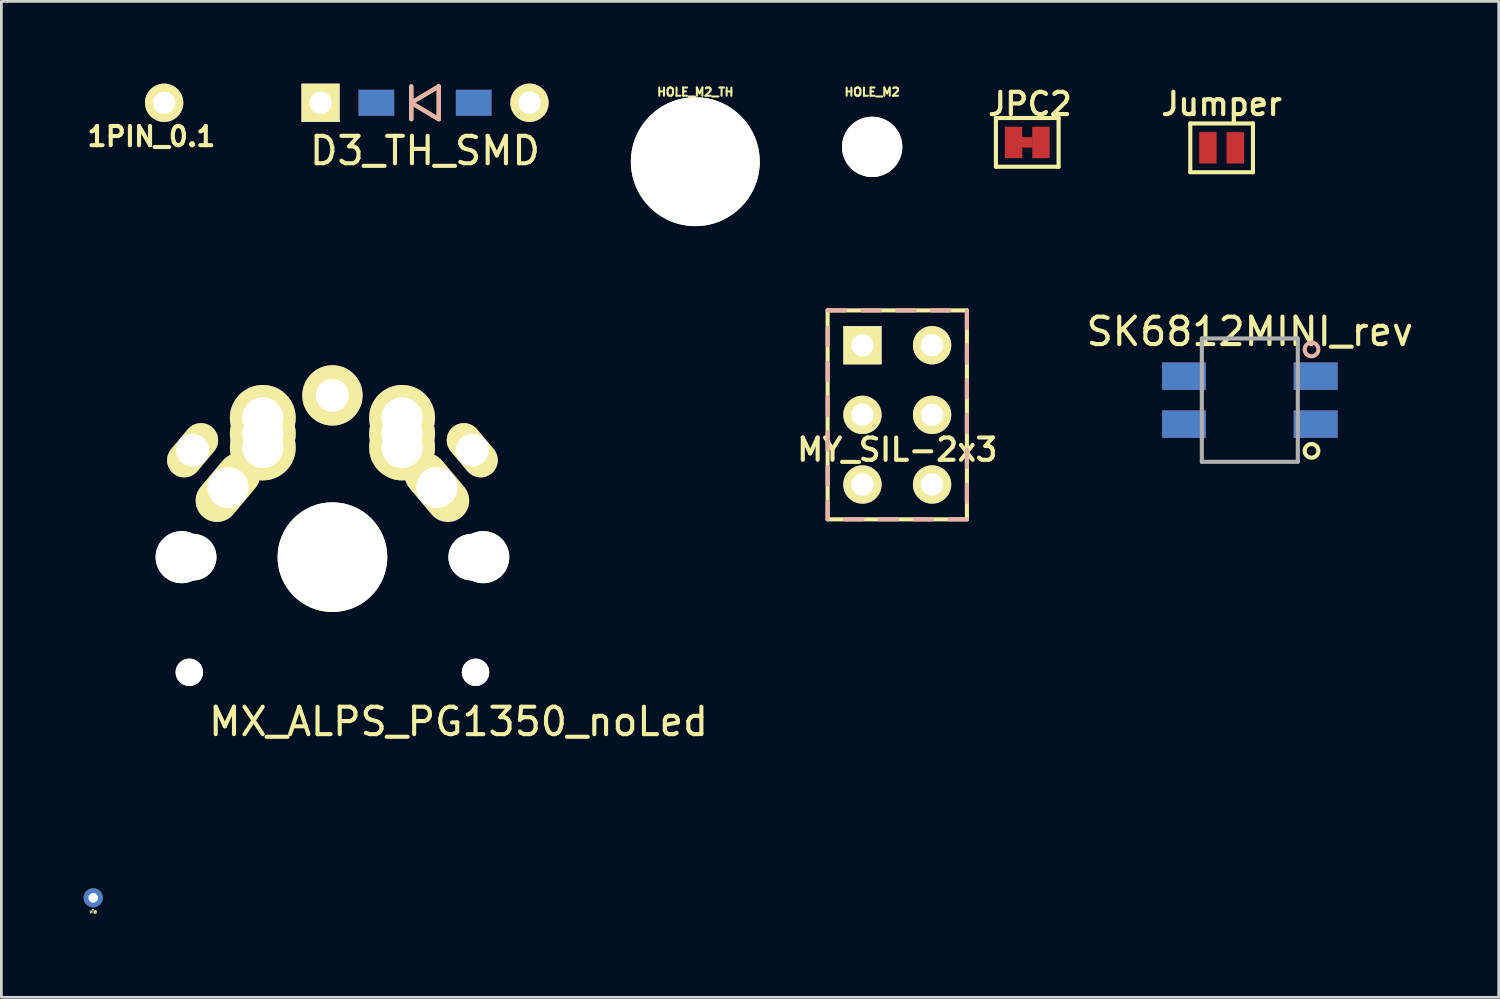
<source format=kicad_pcb>
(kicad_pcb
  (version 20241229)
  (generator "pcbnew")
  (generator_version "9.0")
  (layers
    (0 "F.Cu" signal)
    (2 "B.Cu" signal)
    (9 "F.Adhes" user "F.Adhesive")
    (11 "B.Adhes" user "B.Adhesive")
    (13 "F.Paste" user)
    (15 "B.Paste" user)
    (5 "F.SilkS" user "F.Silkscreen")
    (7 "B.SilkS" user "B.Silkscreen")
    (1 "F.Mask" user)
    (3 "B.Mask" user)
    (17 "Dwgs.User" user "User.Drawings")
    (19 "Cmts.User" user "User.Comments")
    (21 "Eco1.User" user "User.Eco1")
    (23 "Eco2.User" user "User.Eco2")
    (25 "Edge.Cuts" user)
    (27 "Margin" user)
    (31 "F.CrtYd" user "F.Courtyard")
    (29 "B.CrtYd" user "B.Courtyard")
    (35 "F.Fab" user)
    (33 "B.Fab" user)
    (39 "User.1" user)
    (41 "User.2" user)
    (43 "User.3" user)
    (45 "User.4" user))
  (footprint "HOLE_M2"
    (layer "F.Cu")
    (at 28.761 2.307)
    (property "Reference" "HOLE_M2" (at 0 -2 0) (layer "F.SilkS") (effects (font (size 0.3 0.3) (thickness 0.075))))
    (attr through_hole)
    (pad "" np_thru_hole circle (at 0 0) (size 2.2 2.2) (drill 2.2) (layers "*.Cu" "*.Mask" "F.SilkS")))
  (footprint "1PIN_0.1"
    (layer "F.Cu")
    (at 2.937 0.699)
    (property "Reference" "1PIN_0.1" (at -0.465 1.23 0) (layer "F.SilkS") (effects (font (size 0.7 0.7) (thickness 0.15))))
    (attr through_hole)
    (pad "1" thru_hole circle (at 0 0) (size 1.397 1.397) (drill 0.813) (layers "*.Cu" "*.Mask" "F.SilkS")))
  (footprint "D3_TH_SMD"
    (layer "F.Cu")
    (at 12.452 0.699)
    (property "Reference" "D3_TH_SMD" (at 0 1.75 0) (layer "F.SilkS") (effects (font (size 1 1) (thickness 0.15))))
    (attr through_hole)
    (fp_line (start -0.5 -0.6) (end -0.5 0.6) (stroke (width 0.15) (type solid)) (layer "F.SilkS"))
    (fp_line (start -0.5 0) (end 0.5 -0.6) (stroke (width 0.15) (type solid)) (layer "F.SilkS"))
    (fp_line (start 0.5 -0.6) (end 0.5 0.6) (stroke (width 0.15) (type solid)) (layer "F.SilkS"))
    (fp_line (start 0.5 0.6) (end -0.5 0) (stroke (width 0.15) (type solid)) (layer "F.SilkS"))
    (fp_line (start -0.5 -0.6) (end -0.5 0.6) (stroke (width 0.15) (type solid)) (layer "B.SilkS"))
    (fp_line (start -0.5 0) (end 0.5 -0.6) (stroke (width 0.15) (type solid)) (layer "B.SilkS"))
    (fp_line (start 0.5 -0.6) (end 0.5 0.6) (stroke (width 0.15) (type solid)) (layer "B.SilkS"))
    (fp_line (start 0.5 0.6) (end -0.5 0) (stroke (width 0.15) (type solid)) (layer "B.SilkS"))
    (pad "1" thru_hole rect (at -3.81 0) (size 1.397 1.397) (drill 0.813) (layers "*.Cu" "*.Mask" "F.SilkS"))
    (pad "1" smd rect (at -1.775 0) (size 1.3 0.95) (layers "F.Cu" "F.Mask" "F.Paste"))
    (pad "1" smd rect (at -1.775 0) (size 1.3 0.95) (layers "B.Cu" "B.Mask" "B.Paste"))
    (pad "2" smd rect (at 1.775 0) (size 1.3 0.95) (layers "F.Cu" "F.Mask" "F.Paste"))
    (pad "2" smd rect (at 1.775 0) (size 1.3 0.95) (layers "B.Cu" "B.Mask" "B.Paste"))
    (pad "2" thru_hole circle (at 3.81 0) (size 1.397 1.397) (drill 0.813) (layers "*.Cu" "*.Mask" "F.SilkS")))
  (footprint "JPC2"
    (layer "F.Cu")
    (at 34.418 2.143)
    (property "Reference" "JPC2" (at 0.1 -1.4 0) (layer "F.SilkS") (effects (font (size 0.813 0.813) (thickness 0.152))))
    (attr smd)
    (fp_line (start -1.143 -0.889) (end 1.143 -0.889) (stroke (width 0.15) (type solid)) (layer "F.SilkS"))
    (fp_line (start -1.143 0.889) (end -1.143 -0.889) (stroke (width 0.15) (type solid)) (layer "F.SilkS"))
    (fp_line (start 1.143 -0.889) (end 1.143 0.889) (stroke (width 0.15) (type solid)) (layer "F.SilkS"))
    (fp_line (start 1.143 0.889) (end -1.143 0.889) (stroke (width 0.15) (type solid)) (layer "F.SilkS"))
    (pad "" smd rect (at 0 0 90) (size 0.381 0.381) (layers "F.Cu" "F.Mask" "F.Paste"))
    (pad "1" smd rect (at -0.5 0) (size 0.635 1.143) (layers "F.Cu" "F.Mask" "F.Paste"))
    (pad "2" smd rect (at 0.5 0) (size 0.635 1.143) (layers "F.Cu" "F.Mask" "F.Paste")))
  (footprint "Jumper"
    (layer "F.Cu")
    (at 41.508 2.343)
    (property "Reference" "Jumper" (at 0 -1.6 0) (layer "F.SilkS") (effects (font (size 0.813 0.813) (thickness 0.152))))
    (attr smd)
    (fp_line (start -1.143 -0.889) (end 1.143 -0.889) (stroke (width 0.15) (type solid)) (layer "F.SilkS"))
    (fp_line (start -1.143 0.889) (end -1.143 -0.889) (stroke (width 0.15) (type solid)) (layer "F.SilkS"))
    (fp_line (start 1.143 -0.889) (end 1.143 0.889) (stroke (width 0.15) (type solid)) (layer "F.SilkS"))
    (fp_line (start 1.143 0.889) (end -1.143 0.889) (stroke (width 0.15) (type solid)) (layer "F.SilkS"))
    (pad "1" smd rect (at -0.5 0) (size 0.635 1.143) (layers "F.Cu" "F.Mask" "F.Paste"))
    (pad "2" smd rect (at 0.5 0) (size 0.635 1.143) (layers "F.Cu" "F.Mask" "F.Paste")))
  (footprint "HOLE_M2_TH"
    (layer "F.Cu")
    (at 22.311 2.847)
    (property "Reference" "HOLE_M2_TH" (at 0 -2.54 0) (layer "F.SilkS") (effects (font (size 0.3 0.3) (thickness 0.076))))
    (attr through_hole)
    (pad "" np_thru_hole circle (at 0 0 90) (size 4.7 4.7) (drill 4.7) (layers "*.Cu" "*.Mask" "F.SilkS")))
  (footprint "MX_ALPS_PG1350_noLed"
    (layer "F.Cu")
    (at 9.075 17.272)
    (property "Reference" "MX_ALPS_PG1350_noLed" (at 4.6 6 0) (layer "F.SilkS") (effects (font (size 1 1) (thickness 0.15))))
    (attr through_hole)
    (fp_line (start -9 -9) (end 9 -9) (stroke (width 0.15) (type solid)) (layer "Eco2.User"))
    (fp_line (start -9 9) (end -9 -9) (stroke (width 0.15) (type solid)) (layer "Eco2.User"))
    (fp_line (start -7 -7) (end 7 -7) (stroke (width 0.15) (type solid)) (layer "Eco2.User"))
    (fp_line (start -7 7) (end -7 -7) (stroke (width 0.15) (type solid)) (layer "Eco2.User"))
    (fp_line (start 7 -7) (end 7 7) (stroke (width 0.15) (type solid)) (layer "Eco2.User"))
    (fp_line (start 7 7) (end -7 7) (stroke (width 0.15) (type solid)) (layer "Eco2.User"))
    (fp_line (start 9 -9) (end 9 9) (stroke (width 0.15) (type solid)) (layer "Eco2.User"))
    (fp_line (start 9 9) (end -9 9) (stroke (width 0.15) (type solid)) (layer "Eco2.User"))
    (pad "" np_thru_hole circle (at -5.5 0 90) (size 1.9 1.9) (drill 1.9) (layers "*.Cu" "*.Mask" "F.SilkS"))
    (pad "" np_thru_hole circle (at -5.22 4.2) (size 1 1) (drill 1) (layers "*.Cu" "*.Mask" "F.SilkS"))
    (pad "" np_thru_hole circle (at -5.08 0) (size 1.7 1.7) (drill 1.7) (layers "*.Cu" "*.Mask" "F.SilkS"))
    (pad "" np_thru_hole circle (at 0 0 90) (size 4 4) (drill 4) (layers "*.Cu" "*.Mask" "F.SilkS"))
    (pad "" np_thru_hole circle (at 5.08 0) (size 1.7 1.7) (drill 1.7) (layers "*.Cu" "*.Mask" "F.SilkS"))
    (pad "" np_thru_hole circle (at 5.22 4.2) (size 1 1) (drill 1) (layers "*.Cu" "*.Mask" "F.SilkS"))
    (pad "" np_thru_hole circle (at 5.5 0 90) (size 1.9 1.9) (drill 1.9) (layers "*.Cu" "*.Mask" "F.SilkS"))
    (pad "1" thru_hole oval (at -5.1 -3.9 50) (size 2.2 1.25) (drill 1.2) (layers "*.Cu" "*.Mask" "F.SilkS"))
    (pad "1" thru_hole oval (at -3.81 -2.54 50) (size 2.8 1.55) (drill 1.5) (layers "*.Cu" "*.Mask" "F.SilkS"))
    (pad "1" thru_hole circle (at -2.54 -5.08) (size 2.4 2.4) (drill 1.5) (layers "*.Cu" "*.Mask" "F.SilkS"))
    (pad "1" thru_hole circle (at -2.54 -4.5) (size 2.4 2.4) (drill 1.5) (layers "*.Cu" "*.Mask" "F.SilkS"))
    (pad "1" thru_hole circle (at -2.54 -4) (size 2.4 2.4) (drill 1.5) (layers "*.Cu" "*.Mask" "F.SilkS"))
    (pad "1" thru_hole oval (at 5.1 -3.9 310) (size 2.2 1.25) (drill 1.2) (layers "*.Cu" "*.Mask" "F.SilkS"))
    (pad "2" thru_hole circle (at 0 -5.9 90) (size 2.2 2.2) (drill 1.2) (layers "*.Cu" "*.Mask" "F.SilkS"))
    (pad "2" thru_hole circle (at 2.54 -5.08) (size 2.4 2.4) (drill 1.5) (layers "*.Cu" "*.Mask" "F.SilkS"))
    (pad "2" thru_hole circle (at 2.54 -4.5) (size 2.4 2.4) (drill 1.5) (layers "*.Cu" "*.Mask" "F.SilkS"))
    (pad "2" thru_hole circle (at 2.54 -4) (size 2.4 2.4) (drill 1.5) (layers "*.Cu" "*.Mask" "F.SilkS"))
    (pad "2" thru_hole oval (at 3.81 -2.54 310) (size 2.8 1.55) (drill 1.5) (layers "*.Cu" "*.Mask" "F.SilkS")))
  (footprint "MY_SIL-2x3"
    (layer "F.Cu")
    (at 29.677 12.082)
    (property "Reference" "MY_SIL-2x3" (at 0 1.27 0) (layer "F.SilkS") (effects (font (size 0.813 0.813) (thickness 0.15))))
    (attr through_hole)
    (fp_line (start -2.54 -3.81) (end 2.54 -3.81) (stroke (width 0.15) (type solid)) (layer "F.SilkS"))
    (fp_line (start -2.54 3.81) (end -2.54 -3.81) (stroke (width 0.15) (type solid)) (layer "F.SilkS"))
    (fp_line (start 2.54 -3.81) (end 2.54 3.81) (stroke (width 0.15) (type solid)) (layer "F.SilkS"))
    (fp_line (start 2.54 3.81) (end -2.54 3.81) (stroke (width 0.15) (type solid)) (layer "F.SilkS"))
    (fp_line (start -2.54 -3.81) (end -1.905 -3.81) (stroke (width 0.15) (type solid)) (layer "B.SilkS"))
    (fp_line (start -2.54 -2.54) (end -2.54 -3.175) (stroke (width 0.15) (type solid)) (layer "B.SilkS"))
    (fp_line (start -2.54 -1.27) (end -2.54 -1.905) (stroke (width 0.15) (type solid)) (layer "B.SilkS"))
    (fp_line (start -2.54 0) (end -2.54 -0.635) (stroke (width 0.15) (type solid)) (layer "B.SilkS"))
    (fp_line (start -2.54 1.27) (end -2.54 0.635) (stroke (width 0.15) (type solid)) (layer "B.SilkS"))
    (fp_line (start -2.54 2.54) (end -2.54 1.905) (stroke (width 0.15) (type solid)) (layer "B.SilkS"))
    (fp_line (start -2.54 3.81) (end -2.54 3.175) (stroke (width 0.15) (type solid)) (layer "B.SilkS"))
    (fp_line (start -1.27 -3.81) (end -0.635 -3.81) (stroke (width 0.15) (type solid)) (layer "B.SilkS"))
    (fp_line (start -1.27 3.81) (end -1.905 3.81) (stroke (width 0.15) (type solid)) (layer "B.SilkS"))
    (fp_line (start 0 -3.81) (end 0.635 -3.81) (stroke (width 0.15) (type solid)) (layer "B.SilkS"))
    (fp_line (start 0 3.81) (end -0.635 3.81) (stroke (width 0.15) (type solid)) (layer "B.SilkS"))
    (fp_line (start 1.27 -3.81) (end 1.905 -3.81) (stroke (width 0.15) (type solid)) (layer "B.SilkS"))
    (fp_line (start 1.27 3.81) (end 0.635 3.81) (stroke (width 0.15) (type solid)) (layer "B.SilkS"))
    (fp_line (start 2.54 -3.81) (end 2.54 -3.175) (stroke (width 0.15) (type solid)) (layer "B.SilkS"))
    (fp_line (start 2.54 -2.54) (end 2.54 -1.905) (stroke (width 0.15) (type solid)) (layer "B.SilkS"))
    (fp_line (start 2.54 -1.27) (end 2.54 -0.635) (stroke (width 0.15) (type solid)) (layer "B.SilkS"))
    (fp_line (start 2.54 0) (end 2.54 0.635) (stroke (width 0.15) (type solid)) (layer "B.SilkS"))
    (fp_line (start 2.54 1.27) (end 2.54 1.905) (stroke (width 0.15) (type solid)) (layer "B.SilkS"))
    (fp_line (start 2.54 2.54) (end 2.54 3.175) (stroke (width 0.15) (type solid)) (layer "B.SilkS"))
    (fp_line (start 2.54 3.81) (end 1.905 3.81) (stroke (width 0.15) (type solid)) (layer "B.SilkS"))
    (pad "1" thru_hole rect (at -1.27 -2.54) (size 1.397 1.397) (drill 0.813) (layers "*.Cu" "*.Mask" "F.SilkS"))
    (pad "2" thru_hole circle (at 1.27 -2.54) (size 1.397 1.397) (drill 0.813) (layers "*.Cu" "*.Mask" "F.SilkS"))
    (pad "3" thru_hole circle (at -1.27 0) (size 1.397 1.397) (drill 0.813) (layers "*.Cu" "*.Mask" "F.SilkS"))
    (pad "4" thru_hole circle (at 1.27 0) (size 1.397 1.397) (drill 0.813) (layers "*.Cu" "*.Mask" "F.SilkS"))
    (pad "5" thru_hole circle (at -1.27 2.54) (size 1.397 1.397) (drill 0.813) (layers "*.Cu" "*.Mask" "F.SilkS"))
    (pad "6" thru_hole circle (at 1.27 2.54) (size 1.397 1.397) (drill 0.813) (layers "*.Cu" "*.Mask" "F.SilkS")))
  (footprint "via"
    (layer "F.Cu")
    (at 0.35 29.697)
    (property "Reference" "via" (at 0 0.5 0) (layer "F.SilkS") (effects (font (size 0.127 0.127) (thickness 0.032))))
    (attr through_hole)
    (pad "" thru_hole circle (at 0 0) (size 0.7 0.7) (drill 0.35) (layers "*.Cu")))
  (footprint "SK6812MINI_rev"
    (layer "F.Cu")
    (at 42.537 11.545)
    (property "Reference" "SK6812MINI_rev" (at 0 -2.5 0) (layer "F.SilkS") (effects (font (size 1 1) (thickness 0.15))))
    (attr through_hole)
    (fp_circle (center 2.25 1.85) (end 2.25 1.6) (stroke (width 0.15) (type solid)) (fill no) (layer "F.SilkS"))
    (fp_circle (center 2.25 -1.85) (end 2.25 -2.1) (stroke (width 0.15) (type solid)) (fill no) (layer "B.SilkS"))
    (fp_line (start -1.75 -2.25) (end -1.75 2.25) (stroke (width 0.15) (type solid)) (layer "F.Fab"))
    (fp_line (start -1.75 -2.25) (end 1.75 -2.25) (stroke (width 0.15) (type solid)) (layer "F.Fab"))
    (fp_line (start 1.75 -2.25) (end 1.75 2.25) (stroke (width 0.15) (type solid)) (layer "F.Fab"))
    (fp_line (start 1.75 2.25) (end -1.75 2.25) (stroke (width 0.15) (type solid)) (layer "F.Fab"))
    (pad "1" smd rect (at -2.4 -0.875) (size 1.6 1) (layers "B.Cu" "B.Mask" "B.Paste"))
    (pad "1" smd rect (at -2.4 0.875) (size 1.6 1) (layers "F.Cu" "F.Mask" "F.Paste"))
    (pad "2" smd rect (at -2.4 -0.875) (size 1.6 1) (layers "F.Cu" "F.Mask" "F.Paste"))
    (pad "2" smd rect (at -2.4 0.875) (size 1.6 1) (layers "B.Cu" "B.Mask" "B.Paste"))
    (pad "3" smd rect (at 2.4 -0.875) (size 1.6 1) (layers "F.Cu" "F.Mask" "F.Paste"))
    (pad "3" smd rect (at 2.4 0.875) (size 1.6 1) (layers "B.Cu" "B.Mask" "B.Paste"))
    (pad "4" smd rect (at 2.4 -0.875) (size 1.6 1) (layers "B.Cu" "B.Mask" "B.Paste"))
    (pad "4" smd rect (at 2.4 0.875) (size 1.6 1) (layers "F.Cu" "F.Mask" "F.Paste")))
  (gr_rect
    (start -3 -3)
    (end 51.614 33.327)
    (stroke (width 0.1) (type default))
    (fill no)
    (layer "Edge.Cuts")))
</source>
